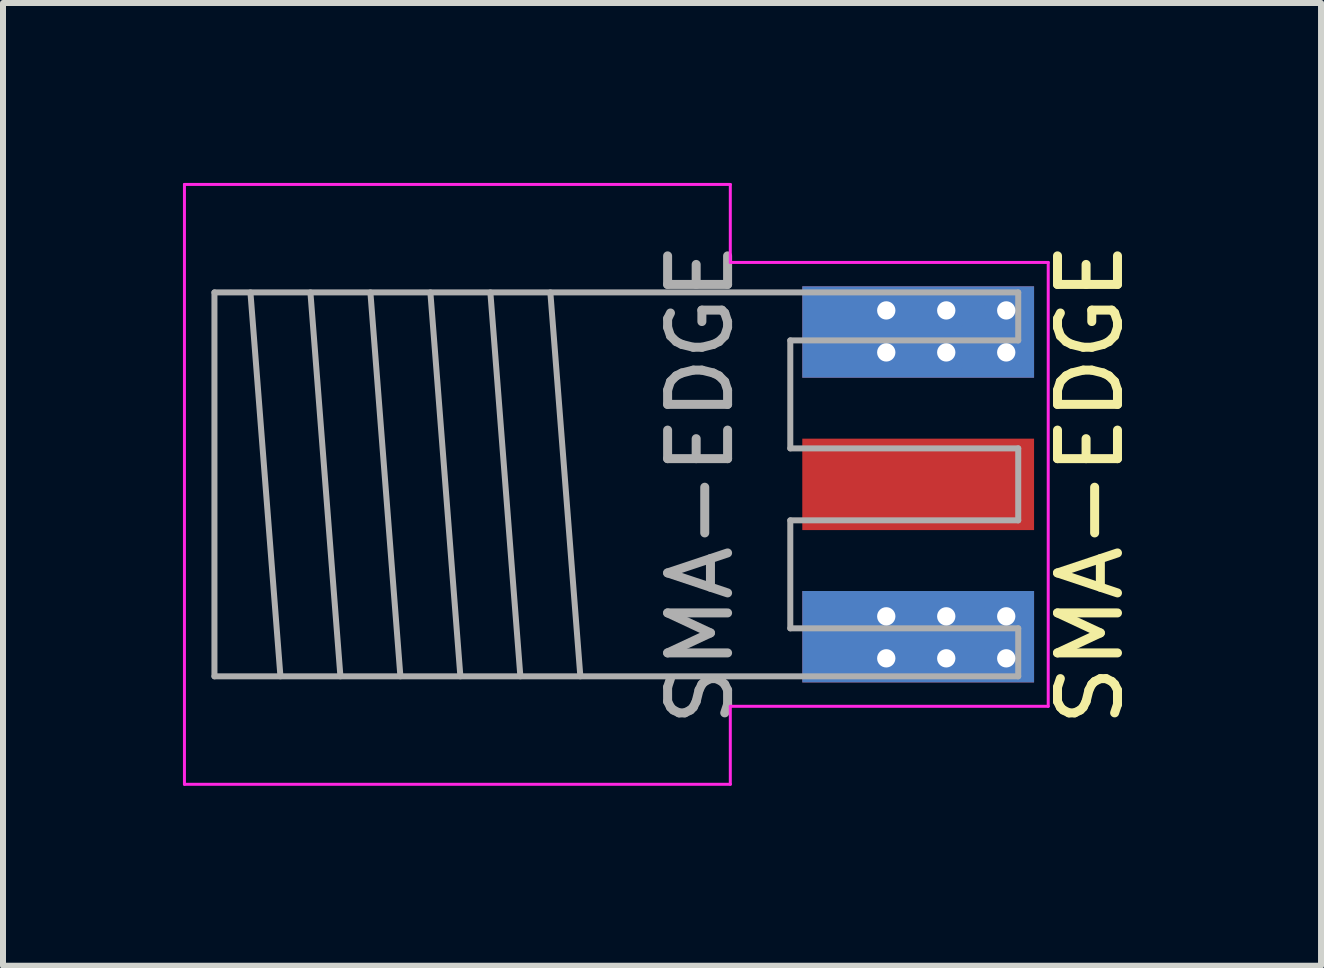
<source format=kicad_pcb>
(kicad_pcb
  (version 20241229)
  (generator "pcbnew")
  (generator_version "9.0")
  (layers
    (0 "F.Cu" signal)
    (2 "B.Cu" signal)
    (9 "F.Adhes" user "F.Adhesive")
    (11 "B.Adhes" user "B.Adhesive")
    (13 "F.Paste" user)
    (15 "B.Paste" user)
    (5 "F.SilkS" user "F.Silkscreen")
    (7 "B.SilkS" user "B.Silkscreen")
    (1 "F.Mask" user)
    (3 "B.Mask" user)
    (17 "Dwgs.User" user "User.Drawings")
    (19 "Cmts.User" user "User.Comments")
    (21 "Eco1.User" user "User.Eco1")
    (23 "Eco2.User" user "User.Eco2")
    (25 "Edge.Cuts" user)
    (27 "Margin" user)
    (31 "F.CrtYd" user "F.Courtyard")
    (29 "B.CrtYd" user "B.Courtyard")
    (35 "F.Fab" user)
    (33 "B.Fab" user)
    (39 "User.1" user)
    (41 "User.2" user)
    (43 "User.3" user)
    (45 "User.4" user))
  (footprint "SMA-EDGE"
    (layer "F.Cu")
    (at 10.125 5.025)
    (property "Reference" "SMA-EDGE" (at 5 0 90) (layer "F.SilkS") (effects (font (size 1 1) (thickness 0.15))))
    (attr through_hole)
    (fp_line (start -10.1 -5) (end -10.1 5) (stroke (width 0.05) (type solid)) (layer "F.CrtYd"))
    (fp_line (start -10.1 -5) (end -1 -5) (stroke (width 0.05) (type solid)) (layer "F.CrtYd"))
    (fp_line (start -10.1 5) (end -1 5) (stroke (width 0.05) (type solid)) (layer "F.CrtYd"))
    (fp_line (start -1 -5) (end -1 -3.7) (stroke (width 0.05) (type solid)) (layer "F.CrtYd"))
    (fp_line (start -1 3.7) (end 4.3 3.7) (stroke (width 0.05) (type solid)) (layer "F.CrtYd"))
    (fp_line (start -1 5) (end -1 3.7) (stroke (width 0.05) (type solid)) (layer "F.CrtYd"))
    (fp_line (start 4.3 -3.7) (end -1 -3.7) (stroke (width 0.05) (type solid)) (layer "F.CrtYd"))
    (fp_line (start 4.3 3.7) (end 4.3 -3.7) (stroke (width 0.05) (type solid)) (layer "F.CrtYd"))
    (fp_line (start -9.6 -3.2) (end 3.8 -3.2) (stroke (width 0.1) (type solid)) (layer "F.Fab"))
    (fp_line (start -9.6 3.2) (end -9.6 -3.2) (stroke (width 0.1) (type solid)) (layer "F.Fab"))
    (fp_line (start -9.6 3.2) (end 3.8 3.2) (stroke (width 0.1) (type solid)) (layer "F.Fab"))
    (fp_line (start -9 -3.2) (end -8.5 3.2) (stroke (width 0.1) (type solid)) (layer "F.Fab"))
    (fp_line (start -8 -3.2) (end -7.5 3.2) (stroke (width 0.1) (type solid)) (layer "F.Fab"))
    (fp_line (start -7 -3.2) (end -6.5 3.2) (stroke (width 0.1) (type solid)) (layer "F.Fab"))
    (fp_line (start -6 -3.2) (end -5.5 3.2) (stroke (width 0.1) (type solid)) (layer "F.Fab"))
    (fp_line (start -5 -3.2) (end -4.5 3.2) (stroke (width 0.1) (type solid)) (layer "F.Fab"))
    (fp_line (start -4 -3.2) (end -3.5 3.2) (stroke (width 0.1) (type solid)) (layer "F.Fab"))
    (fp_line (start 0 -2.4) (end 3.8 -2.4) (stroke (width 0.1) (type solid)) (layer "F.Fab"))
    (fp_line (start 0 -0.6) (end 0 -2.4) (stroke (width 0.1) (type solid)) (layer "F.Fab"))
    (fp_line (start 0 0.6) (end 3.8 0.6) (stroke (width 0.1) (type solid)) (layer "F.Fab"))
    (fp_line (start 0 2.4) (end 0 0.6) (stroke (width 0.1) (type solid)) (layer "F.Fab"))
    (fp_line (start 3.8 -2.4) (end 3.8 -3.2) (stroke (width 0.1) (type solid)) (layer "F.Fab"))
    (fp_line (start 3.8 -0.6) (end 0 -0.6) (stroke (width 0.1) (type solid)) (layer "F.Fab"))
    (fp_line (start 3.8 0.6) (end 3.8 -0.6) (stroke (width 0.1) (type solid)) (layer "F.Fab"))
    (fp_line (start 3.8 2.4) (end 0 2.4) (stroke (width 0.1) (type solid)) (layer "F.Fab"))
    (fp_line (start 3.8 3.2) (end 3.8 2.4) (stroke (width 0.1) (type solid)) (layer "F.Fab"))
    (fp_text user "${REFERENCE}" (at -1.5 0 90) (layer "F.Fab") (effects (font (size 1 1) (thickness 0.15))))
    (pad "1" smd rect (at 2.132 0) (size 3.864 1.524) (layers "F.Cu" "F.Mask"))
    (pad "2" thru_hole circle (at 1.6 -2.9) (size 0.762 0.762) (drill 0.305) (layers "*.Cu" "*.Mask"))
    (pad "2" thru_hole circle (at 1.6 -2.2) (size 0.762 0.762) (drill 0.305) (layers "*.Cu" "*.Mask"))
    (pad "2" thru_hole circle (at 1.6 2.2) (size 0.762 0.762) (drill 0.305) (layers "*.Cu" "*.Mask"))
    (pad "2" thru_hole circle (at 1.6 2.9) (size 0.762 0.762) (drill 0.305) (layers "*.Cu" "*.Mask"))
    (pad "2" smd rect (at 2.132 -2.54) (size 3.864 1.524) (layers "F.Cu" "F.Mask"))
    (pad "2" smd rect (at 2.132 -2.54) (size 3.864 1.524) (layers "B.Cu" "B.Mask"))
    (pad "2" smd rect (at 2.132 2.54) (size 3.864 1.524) (layers "F.Cu" "F.Mask"))
    (pad "2" smd rect (at 2.132 2.54) (size 3.864 1.524) (layers "B.Cu" "B.Mask"))
    (pad "2" thru_hole circle (at 2.6 -2.9) (size 0.762 0.762) (drill 0.305) (layers "*.Cu" "*.Mask"))
    (pad "2" thru_hole circle (at 2.6 -2.2) (size 0.762 0.762) (drill 0.305) (layers "*.Cu" "*.Mask"))
    (pad "2" thru_hole circle (at 2.6 2.2) (size 0.762 0.762) (drill 0.305) (layers "*.Cu" "*.Mask"))
    (pad "2" thru_hole circle (at 2.6 2.9) (size 0.762 0.762) (drill 0.305) (layers "*.Cu" "*.Mask"))
    (pad "2" thru_hole circle (at 3.6 -2.9) (size 0.762 0.762) (drill 0.305) (layers "*.Cu" "*.Mask"))
    (pad "2" thru_hole circle (at 3.6 -2.2) (size 0.762 0.762) (drill 0.305) (layers "*.Cu" "*.Mask"))
    (pad "2" thru_hole circle (at 3.6 2.2) (size 0.762 0.762) (drill 0.305) (layers "*.Cu" "*.Mask"))
    (pad "2" thru_hole circle (at 3.6 2.9) (size 0.762 0.762) (drill 0.305) (layers "*.Cu" "*.Mask"))
    (zone (net_name "") (layer "In1.Cu") (name "SMA keepout") (hatch edge 0.508) (connect_pads) (min_thickness 0.254) (filled_areas_thickness no) (keepout (tracks not_allowed) (vias not_allowed) (pads not_allowed) (copperpour not_allowed) (footprints not_allowed)) (placement (enabled no)) (fill) (polygon (pts (xy 14.185 6.795) (xy 10.125 6.795) (xy 10.125 3.255) (xy 14.185 3.255)))))
  (gr_rect
    (start -3 -3)
    (end 18.973 13.05)
    (stroke (width 0.1) (type default))
    (fill no)
    (layer "Edge.Cuts")))
</source>
